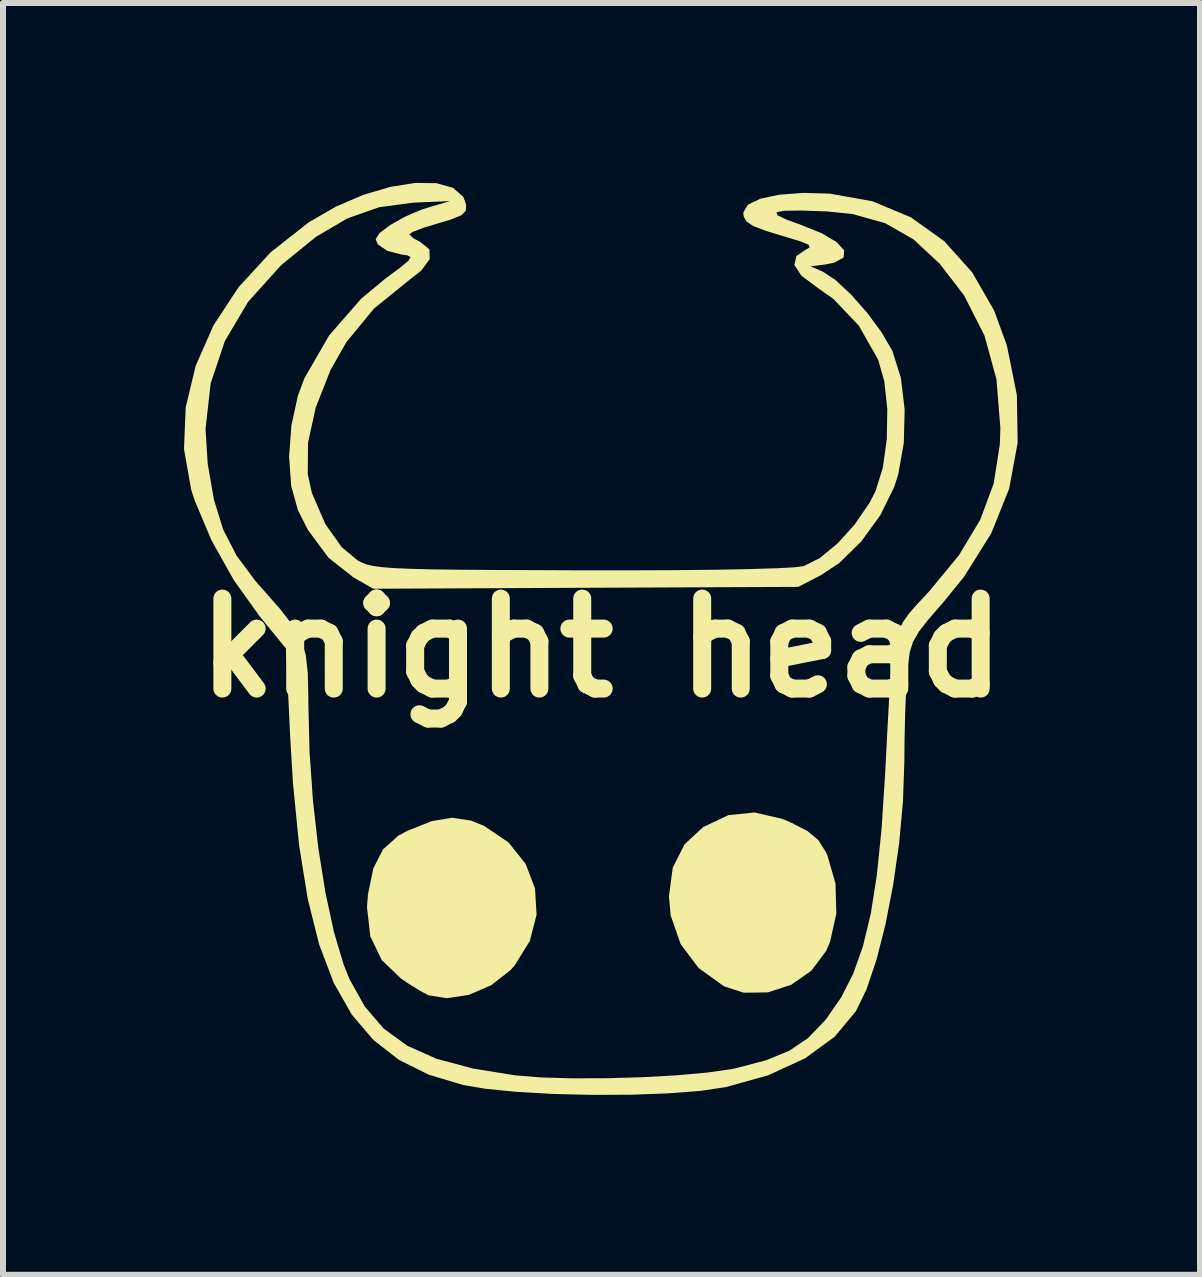
<source format=kicad_pcb>
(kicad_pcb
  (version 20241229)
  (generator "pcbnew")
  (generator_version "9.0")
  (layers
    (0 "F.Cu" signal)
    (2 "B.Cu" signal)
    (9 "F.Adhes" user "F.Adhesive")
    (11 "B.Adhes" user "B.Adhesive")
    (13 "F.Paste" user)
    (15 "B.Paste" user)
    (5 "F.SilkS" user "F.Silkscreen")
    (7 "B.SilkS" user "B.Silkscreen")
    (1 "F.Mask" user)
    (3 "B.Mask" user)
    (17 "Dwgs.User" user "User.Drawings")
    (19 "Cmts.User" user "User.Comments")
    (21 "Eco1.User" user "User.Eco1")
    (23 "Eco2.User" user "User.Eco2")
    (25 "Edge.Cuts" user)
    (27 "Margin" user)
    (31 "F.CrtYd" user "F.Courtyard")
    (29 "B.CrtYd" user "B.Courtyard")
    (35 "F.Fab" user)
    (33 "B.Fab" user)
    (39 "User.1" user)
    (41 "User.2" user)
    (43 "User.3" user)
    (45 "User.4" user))
  (footprint "knight head"
    (layer "F.Cu")
    (at 6.979 7.752)
    (property "Reference" "knight head" (at 0 0 0) (layer "F.SilkS") (effects (font (size 1.5 1.5) (thickness 0.3))))
    (attr board_only exclude_from_pos_files exclude_from_bom)
    (fp_poly (pts (xy 3.018 2.852) (xy 3.159 2.912) (xy 3.437 3.056) (xy 3.612 3.202) (xy 3.737 3.399) (xy 3.767 3.462) (xy 3.901 3.93) (xy 3.915 4.432) (xy 3.809 4.907) (xy 3.746 5.051) (xy 3.499 5.382) (xy 3.162 5.617) (xy 2.773 5.744) (xy 2.372 5.749) (xy 2.043 5.643) (xy 1.619 5.338) (xy 1.319 4.938) (xy 1.153 4.461) (xy 1.124 4.139) (xy 1.188 3.662) (xy 1.386 3.273) (xy 1.694 2.988) (xy 2.115 2.789) (xy 2.551 2.744)) (stroke (width 0) (type solid)) (fill yes) (layer "F.SilkS"))
    (fp_poly (pts (xy -2.18 2.878) (xy -1.959 2.967) (xy -1.551 3.243) (xy -1.266 3.6) (xy -1.109 4.011) (xy -1.083 4.449) (xy -1.195 4.886) (xy -1.449 5.296) (xy -1.519 5.374) (xy -1.839 5.624) (xy -2.211 5.785) (xy -2.586 5.841) (xy -2.885 5.791) (xy -3.019 5.721) (xy -3.224 5.594) (xy -3.338 5.518) (xy -3.664 5.206) (xy -3.855 4.809) (xy -3.91 4.326) (xy -3.895 4.115) (xy -3.805 3.676) (xy -3.642 3.358) (xy -3.388 3.131) (xy -3.243 3.052) (xy -2.832 2.889) (xy -2.493 2.832)) (stroke (width 0) (type solid)) (fill yes) (layer "F.SilkS"))
    (fp_poly (pts (xy -2.753 -7.748) (xy -2.477 -7.671) (xy -2.303 -7.52) (xy -2.258 -7.391) (xy -2.263 -7.289) (xy -2.336 -7.213) (xy -2.51 -7.142) (xy -2.719 -7.08) (xy -2.971 -7.003) (xy -3.146 -6.936) (xy -3.205 -6.897) (xy -3.141 -6.832) (xy -3.025 -6.77) (xy -2.87 -6.646) (xy -2.864 -6.482) (xy -3.006 -6.29) (xy -3.205 -6.134) (xy -3.793 -5.658) (xy -4.254 -5.098) (xy -4.518 -4.633) (xy -4.765 -4.008) (xy -4.893 -3.422) (xy -4.898 -2.896) (xy -4.829 -2.582) (xy -4.607 -2.069) (xy -4.333 -1.681) (xy -4.072 -1.463) (xy -4.001 -1.424) (xy -3.919 -1.392) (xy -3.81 -1.366) (xy -3.661 -1.346) (xy -3.454 -1.33) (xy -3.176 -1.318) (xy -2.81 -1.309) (xy -2.341 -1.303) (xy -1.755 -1.299) (xy -1.036 -1.296) (xy -0.366 -1.293) (xy 0.476 -1.293) (xy 1.237 -1.296) (xy 1.904 -1.303) (xy 2.463 -1.314) (xy 2.902 -1.327) (xy 3.207 -1.343) (xy 3.366 -1.362) (xy 3.369 -1.363) (xy 3.638 -1.497) (xy 3.935 -1.741) (xy 4.223 -2.06) (xy 4.467 -2.417) (xy 4.567 -2.61) (xy 4.69 -3.001) (xy 4.756 -3.477) (xy 4.765 -3.978) (xy 4.715 -4.445) (xy 4.611 -4.808) (xy 4.29 -5.372) (xy 3.868 -5.816) (xy 3.603 -6.003) (xy 3.333 -6.205) (xy 3.215 -6.383) (xy 3.249 -6.532) (xy 3.385 -6.627) (xy 3.468 -6.675) (xy 3.456 -6.719) (xy 3.329 -6.774) (xy 3.085 -6.848) (xy 2.744 -6.952) (xy 2.531 -7.033) (xy 2.415 -7.109) (xy 2.37 -7.194) (xy 2.364 -7.26) (xy 2.439 -7.388) (xy 2.648 -7.489) (xy 2.966 -7.556) (xy 3.368 -7.586) (xy 3.806 -7.574) (xy 4.517 -7.446) (xy 5.156 -7.18) (xy 5.713 -6.782) (xy 6.18 -6.261) (xy 6.546 -5.624) (xy 6.758 -5.045) (xy 6.925 -4.216) (xy 6.938 -3.42) (xy 6.796 -2.653) (xy 6.497 -1.908) (xy 6.041 -1.181) (xy 5.703 -0.766) (xy 5.454 -0.479) (xy 5.292 -0.272) (xy 5.194 -0.102) (xy 5.14 0.069) (xy 5.11 0.282) (xy 5.099 0.392) (xy 5.079 0.693) (xy 5.062 1.096) (xy 5.052 1.544) (xy 5.049 1.895) (xy 5.026 2.561) (xy 4.962 3.256) (xy 4.863 3.948) (xy 4.735 4.606) (xy 4.585 5.198) (xy 4.418 5.693) (xy 4.242 6.057) (xy 3.886 6.484) (xy 3.394 6.843) (xy 2.776 7.127) (xy 2.067 7.324) (xy 1.649 7.386) (xy 1.112 7.427) (xy 0.498 7.45) (xy -0.153 7.453) (xy -0.803 7.437) (xy -1.41 7.403) (xy -1.935 7.351) (xy -2.308 7.288) (xy -2.88 7.116) (xy -3.377 6.869) (xy -3.803 6.538) (xy -4.164 6.114) (xy -4.464 5.587) (xy -4.707 4.948) (xy -4.898 4.186) (xy -5.042 3.294) (xy -5.144 2.261) (xy -5.192 1.468) (xy -5.26 0.012) (xy -5.706 -0.535) (xy -6.133 -1.133) (xy -6.503 -1.794) (xy -6.782 -2.454) (xy -6.842 -2.639) (xy -6.961 -3.314) (xy -6.948 -3.653) (xy -6.602 -3.653) (xy -6.566 -3.07) (xy -6.461 -2.467) (xy -6.308 -1.973) (xy -6.086 -1.54) (xy -5.773 -1.119) (xy -5.666 -0.997) (xy -5.359 -0.648) (xy -5.145 -0.373) (xy -5.008 -0.131) (xy -4.931 0.12) (xy -4.897 0.423) (xy -4.888 0.817) (xy -4.888 0.919) (xy -4.868 1.732) (xy -4.811 2.549) (xy -4.721 3.342) (xy -4.603 4.08) (xy -4.462 4.734) (xy -4.301 5.276) (xy -4.201 5.525) (xy -3.947 5.98) (xy -3.634 6.345) (xy -3.241 6.632) (xy -2.75 6.851) (xy -2.141 7.014) (xy -1.438 7.127) (xy -1.019 7.161) (xy -0.498 7.177) (xy 0.084 7.175) (xy 0.683 7.158) (xy 1.258 7.126) (xy 1.767 7.08) (xy 2.168 7.023) (xy 2.24 7.008) (xy 2.746 6.875) (xy 3.133 6.715) (xy 3.443 6.505) (xy 3.717 6.221) (xy 3.759 6.169) (xy 4 5.82) (xy 4.199 5.426) (xy 4.36 4.969) (xy 4.49 4.428) (xy 4.591 3.784) (xy 4.669 3.019) (xy 4.728 2.114) (xy 4.728 2.112) (xy 4.763 1.435) (xy 4.792 0.897) (xy 4.821 0.477) (xy 4.854 0.154) (xy 4.896 -0.091) (xy 4.954 -0.282) (xy 5.03 -0.437) (xy 5.131 -0.578) (xy 5.261 -0.727) (xy 5.426 -0.902) (xy 5.458 -0.937) (xy 5.958 -1.543) (xy 6.314 -2.135) (xy 6.538 -2.74) (xy 6.64 -3.382) (xy 6.65 -3.662) (xy 6.585 -4.476) (xy 6.384 -5.21) (xy 6.044 -5.878) (xy 5.641 -6.402) (xy 5.203 -6.81) (xy 4.73 -7.081) (xy 4.187 -7.233) (xy 3.762 -7.277) (xy 3.327 -7.292) (xy 3.047 -7.288) (xy 2.917 -7.263) (xy 2.932 -7.214) (xy 3.088 -7.139) (xy 3.296 -7.064) (xy 3.671 -6.914) (xy 3.923 -6.764) (xy 4.047 -6.625) (xy 4.035 -6.508) (xy 3.881 -6.422) (xy 3.726 -6.392) (xy 3.485 -6.361) (xy 3.686 -6.275) (xy 3.902 -6.133) (xy 4.161 -5.89) (xy 4.428 -5.588) (xy 4.667 -5.265) (xy 4.844 -4.961) (xy 4.851 -4.947) (xy 4.991 -4.503) (xy 5.054 -3.975) (xy 5.04 -3.419) (xy 4.947 -2.893) (xy 4.879 -2.68) (xy 4.648 -2.211) (xy 4.33 -1.774) (xy 3.964 -1.415) (xy 3.661 -1.214) (xy 3.28 -1.017) (xy -0.263 -1.002) (xy -3.806 -0.986) (xy -4.14 -1.178) (xy -4.552 -1.503) (xy -4.896 -1.968) (xy -5.062 -2.297) (xy -5.174 -2.699) (xy -5.209 -3.187) (xy -5.171 -3.707) (xy -5.062 -4.206) (xy -4.953 -4.497) (xy -4.539 -5.213) (xy -4.006 -5.823) (xy -3.613 -6.15) (xy -3.359 -6.338) (xy -3.221 -6.453) (xy -3.184 -6.515) (xy -3.234 -6.544) (xy -3.33 -6.557) (xy -3.572 -6.62) (xy -3.73 -6.727) (xy -3.766 -6.815) (xy -3.698 -6.919) (xy -3.52 -7.052) (xy -3.276 -7.189) (xy -3.007 -7.305) (xy -2.898 -7.34) (xy -2.524 -7.45) (xy -3.143 -7.423) (xy -3.707 -7.347) (xy -4.238 -7.161) (xy -4.764 -6.851) (xy -5.312 -6.405) (xy -5.358 -6.363) (xy -5.893 -5.769) (xy -6.28 -5.116) (xy -6.517 -4.409) (xy -6.602 -3.653) (xy -6.948 -3.653) (xy -6.933 -4.008) (xy -6.767 -4.702) (xy -6.47 -5.377) (xy -6.051 -6.014) (xy -5.519 -6.593) (xy -4.882 -7.095) (xy -4.877 -7.098) (xy -4.429 -7.357) (xy -3.97 -7.554) (xy -3.522 -7.686) (xy -3.109 -7.752)) (stroke (width 0) (type solid)) (fill yes) (layer "F.SilkS")))
  (gr_rect
    (start -3 -3)
    (end 16.957 18.204)
    (stroke (width 0.1) (type default))
    (fill no)
    (layer "Edge.Cuts")))
</source>
